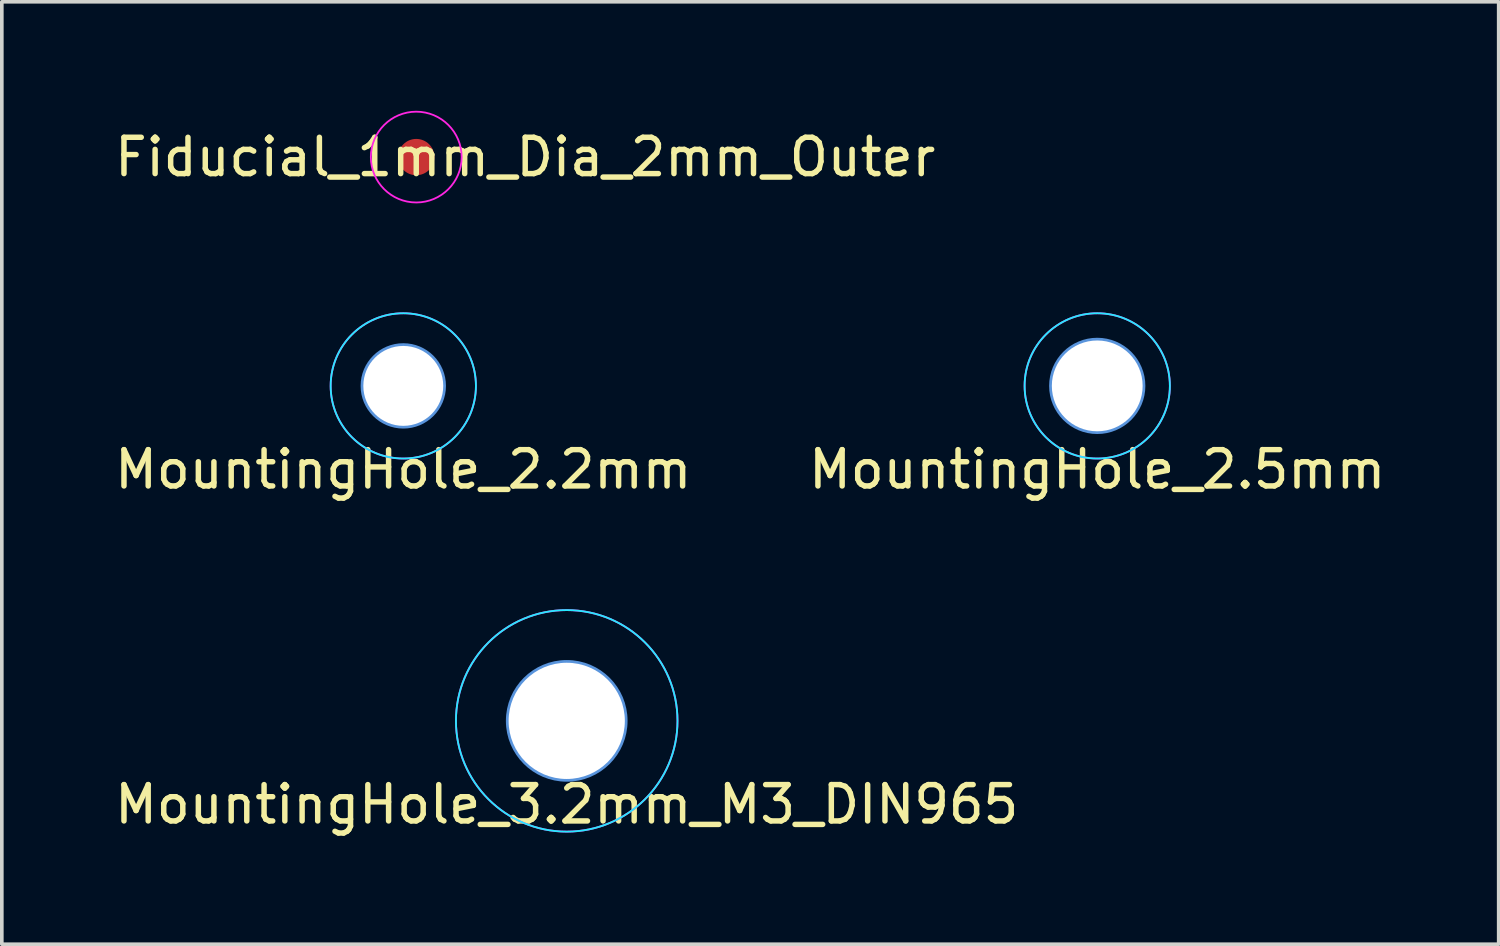
<source format=kicad_pcb>
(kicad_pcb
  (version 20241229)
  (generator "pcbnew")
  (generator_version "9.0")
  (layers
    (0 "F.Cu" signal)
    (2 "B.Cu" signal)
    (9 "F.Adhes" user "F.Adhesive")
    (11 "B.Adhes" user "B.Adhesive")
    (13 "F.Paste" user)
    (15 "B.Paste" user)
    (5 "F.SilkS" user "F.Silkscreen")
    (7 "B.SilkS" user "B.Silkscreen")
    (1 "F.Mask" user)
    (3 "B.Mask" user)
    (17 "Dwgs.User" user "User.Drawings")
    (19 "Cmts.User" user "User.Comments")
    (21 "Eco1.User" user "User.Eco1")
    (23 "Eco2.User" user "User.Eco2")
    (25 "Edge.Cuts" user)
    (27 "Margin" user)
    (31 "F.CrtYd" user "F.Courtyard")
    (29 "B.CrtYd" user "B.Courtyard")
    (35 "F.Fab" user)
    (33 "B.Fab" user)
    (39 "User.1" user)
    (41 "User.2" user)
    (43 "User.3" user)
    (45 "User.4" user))
  (footprint "MountingHole_2.2mm"
    (layer "F.Cu")
    (at 8.054 7.575)
    (property "Reference" "MountingHole_2.2mm" (at 0 2.3 0) (layer "F.SilkS") (effects (font (size 1 1) (thickness 0.15))))
    (attr exclude_from_pos_files exclude_from_bom)
    (fp_circle (center 0 0) (end 1.1 0) (stroke (width 0.15) (type solid)) (fill no) (layer "Cmts.User"))
    (fp_circle (center 0 0) (end 2 0) (stroke (width 0.05) (type solid)) (fill no) (layer "B.CrtYd"))
    (fp_circle (center 0 0) (end 2 0) (stroke (width 0.05) (type solid)) (fill no) (layer "F.CrtYd"))
    (pad "" np_thru_hole circle (at 0 0) (size 2.2 2.2) (drill 2.2) (layers "*.Cu" "*.Mask")))
  (footprint "MountingHole_3.2mm_M3_DIN965"
    (layer "F.Cu")
    (at 12.554 16.798)
    (property "Reference" "MountingHole_3.2mm_M3_DIN965" (at 0 2.3 0) (layer "F.SilkS") (effects (font (size 1 1) (thickness 0.15))))
    (attr exclude_from_pos_files exclude_from_bom)
    (fp_circle (center 0 0) (end 1.6 0) (stroke (width 0.15) (type solid)) (fill no) (layer "Cmts.User"))
    (fp_circle (center 0 0) (end 3.05 0) (stroke (width 0.05) (type solid)) (fill no) (layer "B.CrtYd"))
    (fp_circle (center 0 0) (end 3.05 0) (stroke (width 0.05) (type solid)) (fill no) (layer "F.CrtYd"))
    (pad "" np_thru_hole circle (at 0 0) (size 3.2 3.2) (drill 3.2) (layers "*.Cu" "*.Mask")))
  (footprint "MountingHole_2.5mm"
    (layer "F.Cu")
    (at 27.161 7.575)
    (property "Reference" "MountingHole_2.5mm" (at 0 2.3 0) (layer "F.SilkS") (effects (font (size 1 1) (thickness 0.15))))
    (attr exclude_from_pos_files exclude_from_bom)
    (fp_circle (center 0 0) (end 1.25 0) (stroke (width 0.15) (type solid)) (fill no) (layer "Cmts.User"))
    (fp_circle (center 0 0) (end 2 0) (stroke (width 0.05) (type solid)) (fill no) (layer "B.CrtYd"))
    (fp_circle (center 0 0) (end 2 0) (stroke (width 0.05) (type solid)) (fill no) (layer "F.CrtYd"))
    (pad "" np_thru_hole circle (at 0 0) (size 2.5 2.5) (drill 2.5) (layers "*.Cu" "*.Mask")))
  (footprint "Fiducial_1mm_Dia_2mm_Outer"
    (layer "F.Cu")
    (at 8.411 1.275)
    (property "Reference" "Fiducial_1mm_Dia_2mm_Outer" (at 3 0 0) (layer "F.SilkS") (effects (font (size 1 1) (thickness 0.15))))
    (attr smd)
    (fp_circle (center 0 0) (end 1.25 0) (stroke (width 0.05) (type solid)) (fill no) (layer "F.CrtYd"))
    (pad "~" smd circle (at 0 0) (size 1 1) (layers "F.Cu" "F.Mask" "F.Paste")))
  (gr_rect
    (start -3 -3)
    (end 38.214 22.947)
    (stroke (width 0.1) (type default))
    (fill no)
    (layer "Edge.Cuts")))
</source>
